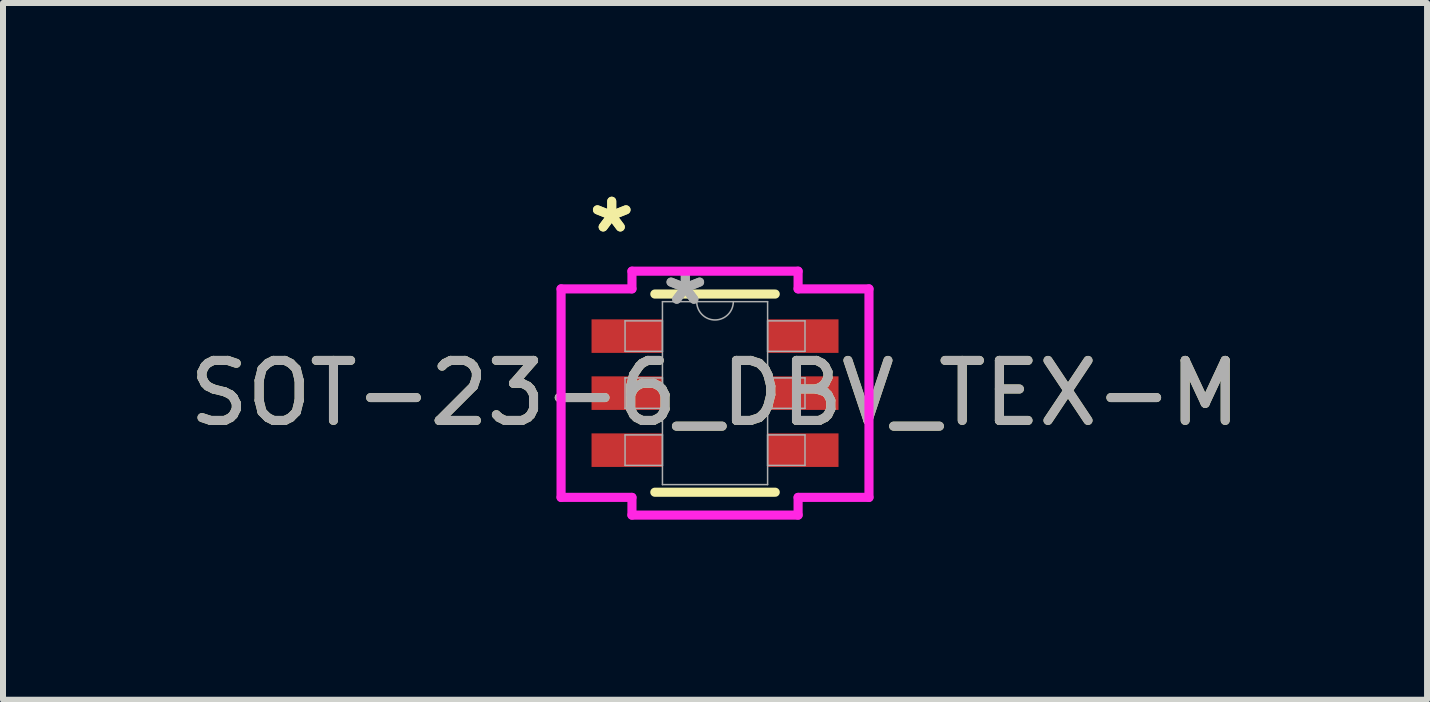
<source format=kicad_pcb>
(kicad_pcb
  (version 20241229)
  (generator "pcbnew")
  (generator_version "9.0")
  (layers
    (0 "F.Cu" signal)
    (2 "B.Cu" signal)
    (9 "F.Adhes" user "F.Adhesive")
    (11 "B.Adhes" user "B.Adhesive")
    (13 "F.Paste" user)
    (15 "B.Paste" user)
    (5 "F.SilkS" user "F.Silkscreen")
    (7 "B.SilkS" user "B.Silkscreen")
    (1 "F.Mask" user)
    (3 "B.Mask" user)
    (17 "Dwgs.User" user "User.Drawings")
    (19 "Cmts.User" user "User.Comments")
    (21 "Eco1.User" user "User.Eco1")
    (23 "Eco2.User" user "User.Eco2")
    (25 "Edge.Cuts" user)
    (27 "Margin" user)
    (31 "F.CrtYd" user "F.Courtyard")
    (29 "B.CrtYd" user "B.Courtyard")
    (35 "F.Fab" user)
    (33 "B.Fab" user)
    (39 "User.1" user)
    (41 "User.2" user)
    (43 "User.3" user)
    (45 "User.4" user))
  (footprint "SOT-23-6_DBV_TEX-M"
    (layer "F.Cu")
    (at 8.863 3.5)
    (property "Reference" "SOT-23-6_DBV_TEX-M" (at 0 0 0) (unlocked yes) (layer "F.SilkS") (effects (font (size 1 1) (thickness 0.15))))
    (attr smd)
    (fp_line (start -1.003 1.651) (end 1.003 1.651) (stroke (width 0.152) (type solid)) (layer "F.SilkS"))
    (fp_line (start 1.003 -1.651) (end -1.003 -1.651) (stroke (width 0.152) (type solid)) (layer "F.SilkS"))
    (fp_line (start -2.565 -1.737) (end -1.384 -1.737) (stroke (width 0.152) (type solid)) (layer "F.CrtYd"))
    (fp_line (start -2.565 1.737) (end -2.565 -1.737) (stroke (width 0.152) (type solid)) (layer "F.CrtYd"))
    (fp_line (start -2.565 1.737) (end -1.384 1.737) (stroke (width 0.152) (type solid)) (layer "F.CrtYd"))
    (fp_line (start -1.384 -2.032) (end 1.384 -2.032) (stroke (width 0.152) (type solid)) (layer "F.CrtYd"))
    (fp_line (start -1.384 -1.737) (end -1.384 -2.032) (stroke (width 0.152) (type solid)) (layer "F.CrtYd"))
    (fp_line (start -1.384 2.032) (end -1.384 1.737) (stroke (width 0.152) (type solid)) (layer "F.CrtYd"))
    (fp_line (start 1.384 -2.032) (end 1.384 -1.737) (stroke (width 0.152) (type solid)) (layer "F.CrtYd"))
    (fp_line (start 1.384 1.737) (end 1.384 2.032) (stroke (width 0.152) (type solid)) (layer "F.CrtYd"))
    (fp_line (start 1.384 2.032) (end -1.384 2.032) (stroke (width 0.152) (type solid)) (layer "F.CrtYd"))
    (fp_line (start 2.565 -1.737) (end 1.384 -1.737) (stroke (width 0.152) (type solid)) (layer "F.CrtYd"))
    (fp_line (start 2.565 -1.737) (end 2.565 1.737) (stroke (width 0.152) (type solid)) (layer "F.CrtYd"))
    (fp_line (start 2.565 1.737) (end 1.384 1.737) (stroke (width 0.152) (type solid)) (layer "F.CrtYd"))
    (fp_line (start -1.499 -1.204) (end -1.499 -0.696) (stroke (width 0.025) (type solid)) (layer "F.Fab"))
    (fp_line (start -1.499 -0.696) (end -0.876 -0.696) (stroke (width 0.025) (type solid)) (layer "F.Fab"))
    (fp_line (start -1.499 -0.254) (end -1.499 0.254) (stroke (width 0.025) (type solid)) (layer "F.Fab"))
    (fp_line (start -1.499 0.254) (end -0.876 0.254) (stroke (width 0.025) (type solid)) (layer "F.Fab"))
    (fp_line (start -1.499 0.696) (end -1.499 1.204) (stroke (width 0.025) (type solid)) (layer "F.Fab"))
    (fp_line (start -1.499 1.204) (end -0.876 1.204) (stroke (width 0.025) (type solid)) (layer "F.Fab"))
    (fp_line (start -0.876 -1.524) (end -0.876 1.524) (stroke (width 0.025) (type solid)) (layer "F.Fab"))
    (fp_line (start -0.876 -1.204) (end -1.499 -1.204) (stroke (width 0.025) (type solid)) (layer "F.Fab"))
    (fp_line (start -0.876 -0.696) (end -0.876 -1.204) (stroke (width 0.025) (type solid)) (layer "F.Fab"))
    (fp_line (start -0.876 -0.254) (end -1.499 -0.254) (stroke (width 0.025) (type solid)) (layer "F.Fab"))
    (fp_line (start -0.876 0.254) (end -0.876 -0.254) (stroke (width 0.025) (type solid)) (layer "F.Fab"))
    (fp_line (start -0.876 0.696) (end -1.499 0.696) (stroke (width 0.025) (type solid)) (layer "F.Fab"))
    (fp_line (start -0.876 1.204) (end -0.876 0.696) (stroke (width 0.025) (type solid)) (layer "F.Fab"))
    (fp_line (start -0.876 1.524) (end 0.876 1.524) (stroke (width 0.025) (type solid)) (layer "F.Fab"))
    (fp_line (start 0.876 -1.524) (end -0.876 -1.524) (stroke (width 0.025) (type solid)) (layer "F.Fab"))
    (fp_line (start 0.876 -1.204) (end 0.876 -0.696) (stroke (width 0.025) (type solid)) (layer "F.Fab"))
    (fp_line (start 0.876 -0.696) (end 1.499 -0.696) (stroke (width 0.025) (type solid)) (layer "F.Fab"))
    (fp_line (start 0.876 -0.254) (end 0.876 0.254) (stroke (width 0.025) (type solid)) (layer "F.Fab"))
    (fp_line (start 0.876 0.254) (end 1.499 0.254) (stroke (width 0.025) (type solid)) (layer "F.Fab"))
    (fp_line (start 0.876 0.696) (end 0.876 1.204) (stroke (width 0.025) (type solid)) (layer "F.Fab"))
    (fp_line (start 0.876 1.204) (end 1.499 1.204) (stroke (width 0.025) (type solid)) (layer "F.Fab"))
    (fp_line (start 0.876 1.524) (end 0.876 -1.524) (stroke (width 0.025) (type solid)) (layer "F.Fab"))
    (fp_line (start 1.499 -1.204) (end 0.876 -1.204) (stroke (width 0.025) (type solid)) (layer "F.Fab"))
    (fp_line (start 1.499 -0.696) (end 1.499 -1.204) (stroke (width 0.025) (type solid)) (layer "F.Fab"))
    (fp_line (start 1.499 -0.254) (end 0.876 -0.254) (stroke (width 0.025) (type solid)) (layer "F.Fab"))
    (fp_line (start 1.499 0.254) (end 1.499 -0.254) (stroke (width 0.025) (type solid)) (layer "F.Fab"))
    (fp_line (start 1.499 0.696) (end 0.876 0.696) (stroke (width 0.025) (type solid)) (layer "F.Fab"))
    (fp_line (start 1.499 1.204) (end 1.499 0.696) (stroke (width 0.025) (type solid)) (layer "F.Fab"))
    (fp_arc (start 0.3048 -1.524) (mid 0 -1.2192) (end -0.3048 -1.524) (stroke (width 0.0254) (type solid)) (layer "F.Fab"))
    (fp_text user "*" (at -1.721 -2.652 0) (layer "F.SilkS") (effects (font (size 1 1) (thickness 0.15))))
    (fp_text user "*" (at -1.721 -2.652 0) (unlocked yes) (layer "F.SilkS") (effects (font (size 1 1) (thickness 0.15))))
    (fp_text user "${REFERENCE}" (at 0 0 0) (unlocked yes) (layer "F.Fab") (effects (font (size 1 1) (thickness 0.15))))
    (fp_text user "*" (at -0.495 -1.448 0) (layer "F.Fab") (effects (font (size 1 1) (thickness 0.15))))
    (fp_text user "*" (at -0.495 -1.448 0) (unlocked yes) (layer "F.Fab") (effects (font (size 1 1) (thickness 0.15))))
    (pad "1" smd rect (at -1.467 -0.95) (size 1.181 0.559) (layers "F.Cu" "F.Mask" "F.Paste"))
    (pad "2" smd rect (at -1.467 0) (size 1.181 0.559) (layers "F.Cu" "F.Mask" "F.Paste"))
    (pad "3" smd rect (at -1.467 0.95) (size 1.181 0.559) (layers "F.Cu" "F.Mask" "F.Paste"))
    (pad "4" smd rect (at 1.467 0.95) (size 1.181 0.559) (layers "F.Cu" "F.Mask" "F.Paste"))
    (pad "5" smd rect (at 1.467 0) (size 1.181 0.559) (layers "F.Cu" "F.Mask" "F.Paste"))
    (pad "6" smd rect (at 1.467 -0.95) (size 1.181 0.559) (layers "F.Cu" "F.Mask" "F.Paste")))
  (gr_rect
    (start -3 -3)
    (end 20.726 8.608)
    (stroke (width 0.1) (type default))
    (fill no)
    (layer "Edge.Cuts")))
</source>
